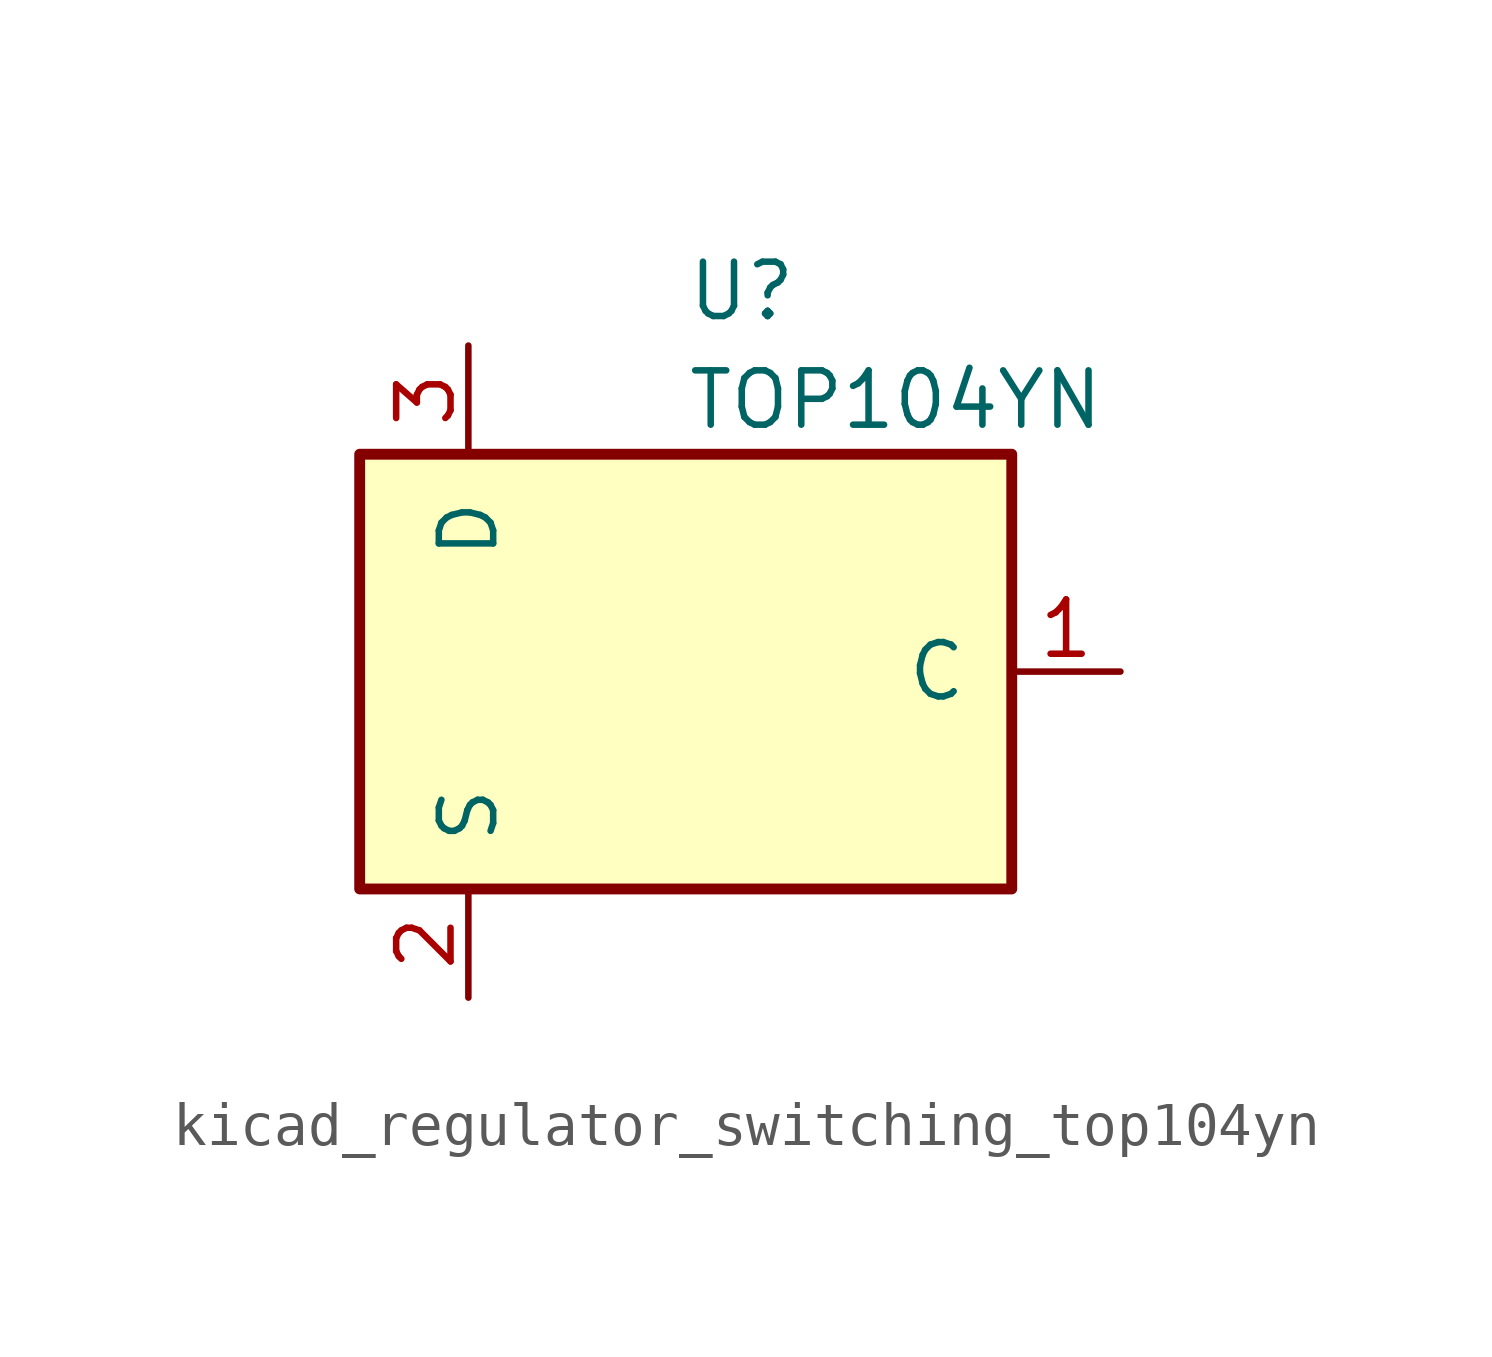
<source format=kicad_sym>
(kicad_symbol_lib
  (version 20220914)
  (generator kicad_symbol_editor)
  (symbol "kicad_regulator_switching_top104yn"
    (pin_names
      (offset 1.016))
    (property "Reference" "U"
      (at 0 8.89 0)
      (effects (font (size 1.27 1.27)) (justify left)))
    (property "Value" "TOP104YN"
      (at 0 6.35 0)
      (effects (font (size 1.27 1.27)) (justify left)))
    (symbol "kicad_regulator_switching_top104yn_0_1"
      (rectangle (start -7.62 5.08) (end 7.62 -5.08) (stroke (width 0.254) (type default)) (fill (type background))))
    (symbol "kicad_regulator_switching_top104yn_1_1"
      (pin input line (at 10.16 0 180) (length 2.54) (name "C" (effects (font (size 1.27 1.27)))) (number "1" (effects (font (size 1.27 1.27)))))
      (pin power_in line (at -5.08 -7.62 90) (length 2.54) (name "S" (effects (font (size 1.27 1.27)))) (number "2" (effects (font (size 1.27 1.27)))))
      (pin open_collector line (at -5.08 7.62 270) (length 2.54) (name "D" (effects (font (size 1.27 1.27)))) (number "3" (effects (font (size 1.27 1.27))))))))
</source>
